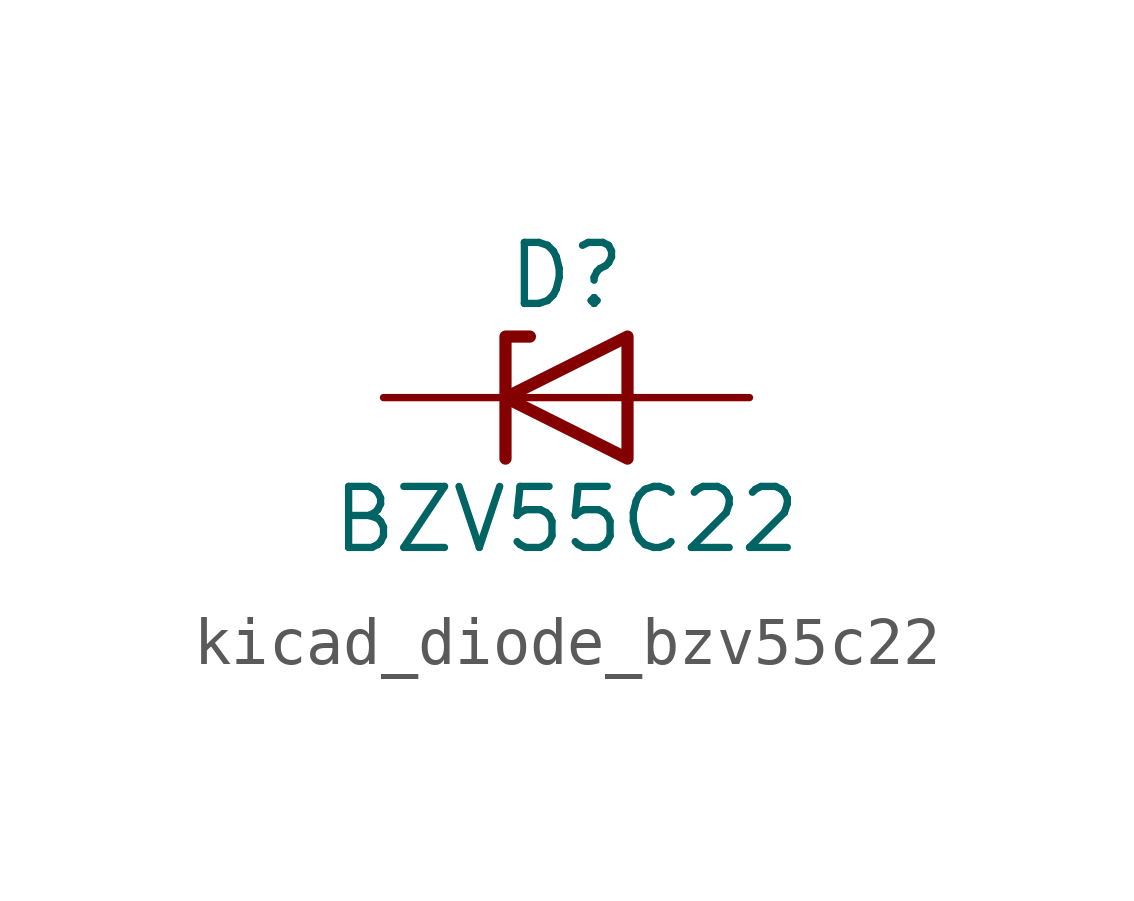
<source format=kicad_sym>
(kicad_symbol_lib
  (version 20220914)
  (generator kicad_symbol_editor)
  (symbol "kicad_diode_bzv55c22"
    (pin_numbers hide)
    (pin_names hide)
    (property "Reference" "D"
      (at 0 2.54 0)
      (effects (font (size 1.27 1.27))))
    (property "Value" "BZV55C22"
      (at 0 -2.54 0)
      (effects (font (size 1.27 1.27))))
    (symbol "kicad_diode_bzv55c22_0_1"
      (polyline (pts (xy 1.27 0) (xy -1.27 0)) (stroke (width 0) (type default)) (fill (type none)))
      (polyline (pts (xy -1.27 -1.27) (xy -1.27 1.27) (xy -0.762 1.27)) (stroke (width 0.254) (type default)) (fill (type none)))
      (polyline (pts (xy 1.27 -1.27) (xy 1.27 1.27) (xy -1.27 0) (xy 1.27 -1.27)) (stroke (width 0.254) (type default)) (fill (type none))))
    (symbol "kicad_diode_bzv55c22_1_1"
      (pin passive line (at -3.81 0 0) (length 2.54) (name "K" (effects (font (size 1.27 1.27)))) (number "1" (effects (font (size 1.27 1.27)))))
      (pin passive line (at 3.81 0 180) (length 2.54) (name "A" (effects (font (size 1.27 1.27)))) (number "2" (effects (font (size 1.27 1.27))))))))
</source>
